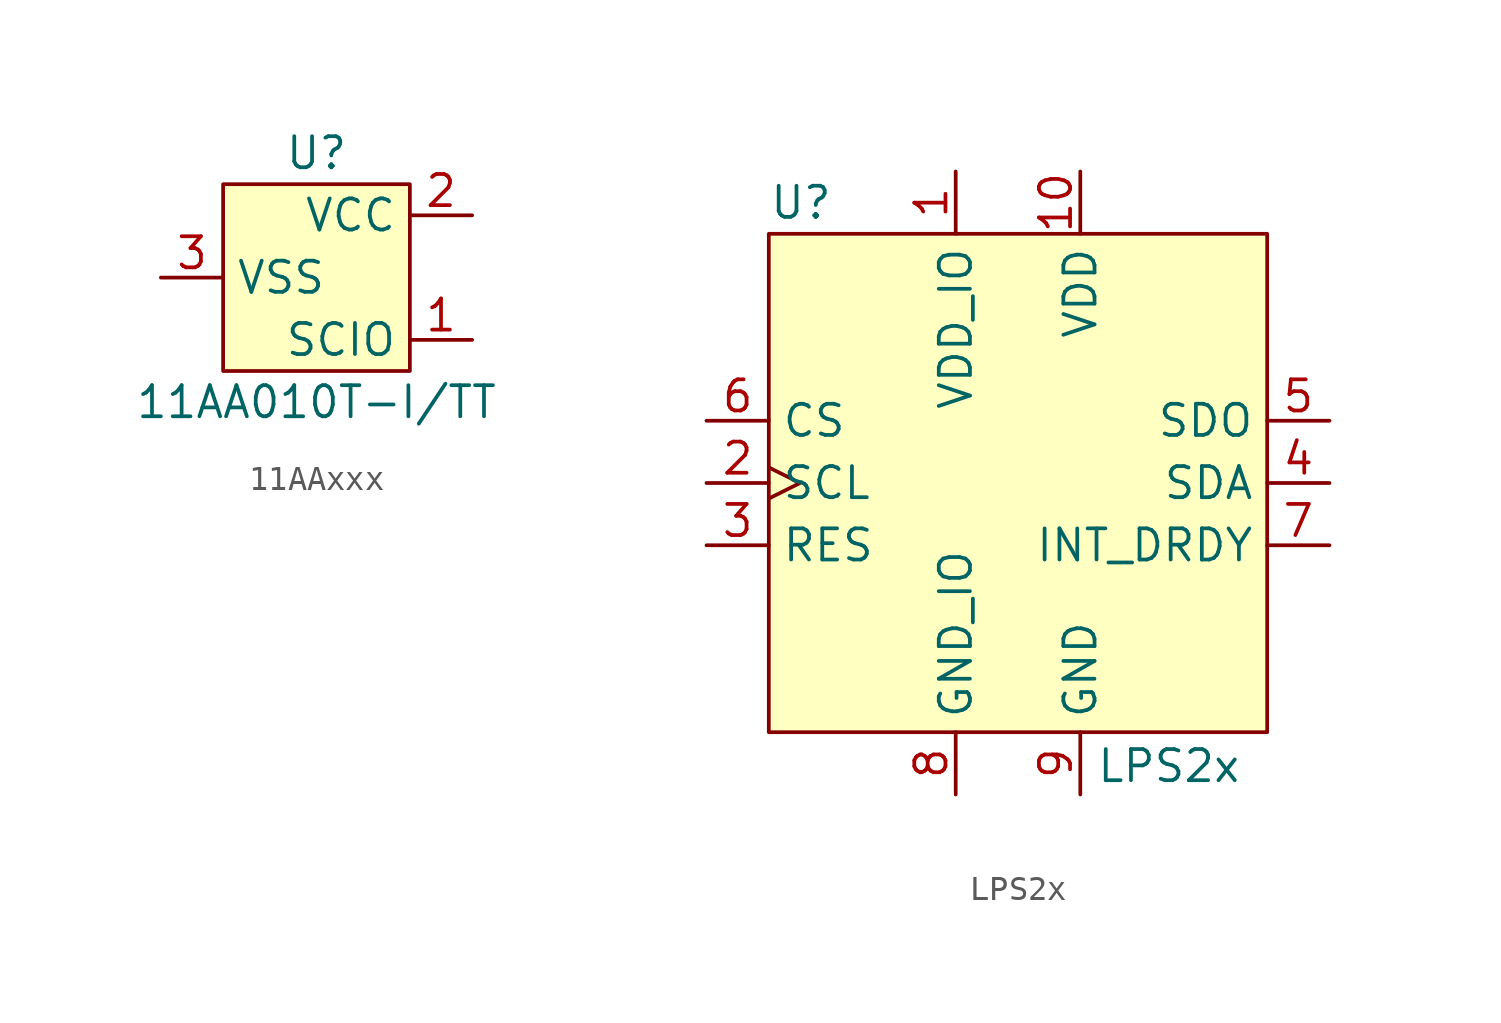
<source format=kicad_sym>
(kicad_symbol_lib
  (version 20220914)
  (generator kicad_symbol_editor)
  (symbol "11AAxxx"
    (property "Reference" "U"
      (at 0 5.08 0)
      (do_not_autoplace)
      (effects (font (size 1.27 1.27))))
    (property "Value" "11AA010T-I/TT"
      (at 0 -5.08 0)
      (do_not_autoplace)
      (effects (font (size 1.27 1.27))))
    (symbol "11AAxxx_1_1"
      (rectangle (start -3.81 3.81) (end 3.81 -3.81) (stroke (width 0) (type default)) (fill (type background)))
      (pin bidirectional line (at 6.35 -2.54 180) (length 2.54) (name "SCIO" (effects (font (size 1.27 1.27)))) (number "1" (effects (font (size 1.27 1.27)))))
      (pin power_in line (at 6.35 2.54 180) (length 2.54) (name "VCC" (effects (font (size 1.27 1.27)))) (number "2" (effects (font (size 1.27 1.27)))))
      (pin passive line (at -6.35 0 0) (length 2.54) (name "VSS" (effects (font (size 1.27 1.27)))) (number "3" (effects (font (size 1.27 1.27)))))))
  (symbol "LPS2x"
    (property "Reference" "U"
      (at -10.16 11.43 0)
      (do_not_autoplace)
      (effects (font (size 1.27 1.27)) (justify left)))
    (property "Value" "LPS2x"
      (at 3.175 -10.795 0)
      (do_not_autoplace)
      (effects (font (size 1.27 1.27)) (justify left top)))
    (symbol "LPS2x_0_0"
      (pin power_in line (at -2.54 12.7 270) (length 2.54) (name "VDD_IO" (effects (font (size 1.27 1.27)))) (number "1" (effects (font (size 1.27 1.27)))))
      (pin input line (at 2.54 12.7 270) (length 2.54) (name "VDD" (effects (font (size 1.27 1.27)))) (number "10" (effects (font (size 1.27 1.27)))))
      (pin passive line (at -12.7 -2.54 0) (length 2.54) (name "RES" (effects (font (size 1.27 1.27)))) (number "3" (effects (font (size 1.27 1.27)))))
      (pin input line (at -12.7 2.54 0) (length 2.54) (name "CS" (effects (font (size 1.27 1.27)))) (number "6" (effects (font (size 1.27 1.27)))))
      (pin output line (at 12.7 -2.54 180) (length 2.54) (name "INT_DRDY" (effects (font (size 1.27 1.27)))) (number "7" (effects (font (size 1.27 1.27)))))
      (pin passive line (at -2.54 -12.7 90) (length 2.54) (name "GND_IO" (effects (font (size 1.27 1.27)))) (number "8" (effects (font (size 1.27 1.27)))))
      (pin passive line (at 2.54 -12.7 90) (length 2.54) (name "GND" (effects (font (size 1.27 1.27)))) (number "9" (effects (font (size 1.27 1.27))))))
    (symbol "LPS2x_1_0"
      (pin input clock (at -12.7 0 0) (length 2.54) (name "SCL" (effects (font (size 1.27 1.27)))) (number "2" (effects (font (size 1.27 1.27)))) (alternate "SPC" input clock))
      (pin bidirectional line (at 12.7 0 180) (length 2.54) (name "SDA" (effects (font (size 1.27 1.27)))) (number "4" (effects (font (size 1.27 1.27)))) (alternate "SDI" input line) (alternate "SDI/SDO" bidirectional line))
      (pin output line (at 12.7 2.54 180) (length 2.54) (name "SDO" (effects (font (size 1.27 1.27)))) (number "5" (effects (font (size 1.27 1.27)))) (alternate "SA0" output line)))
    (symbol "LPS2x_1_1"
      (rectangle (start -10.16 10.16) (end 10.16 -10.16) (stroke (width 0) (type default)) (fill (type background))))))
</source>
